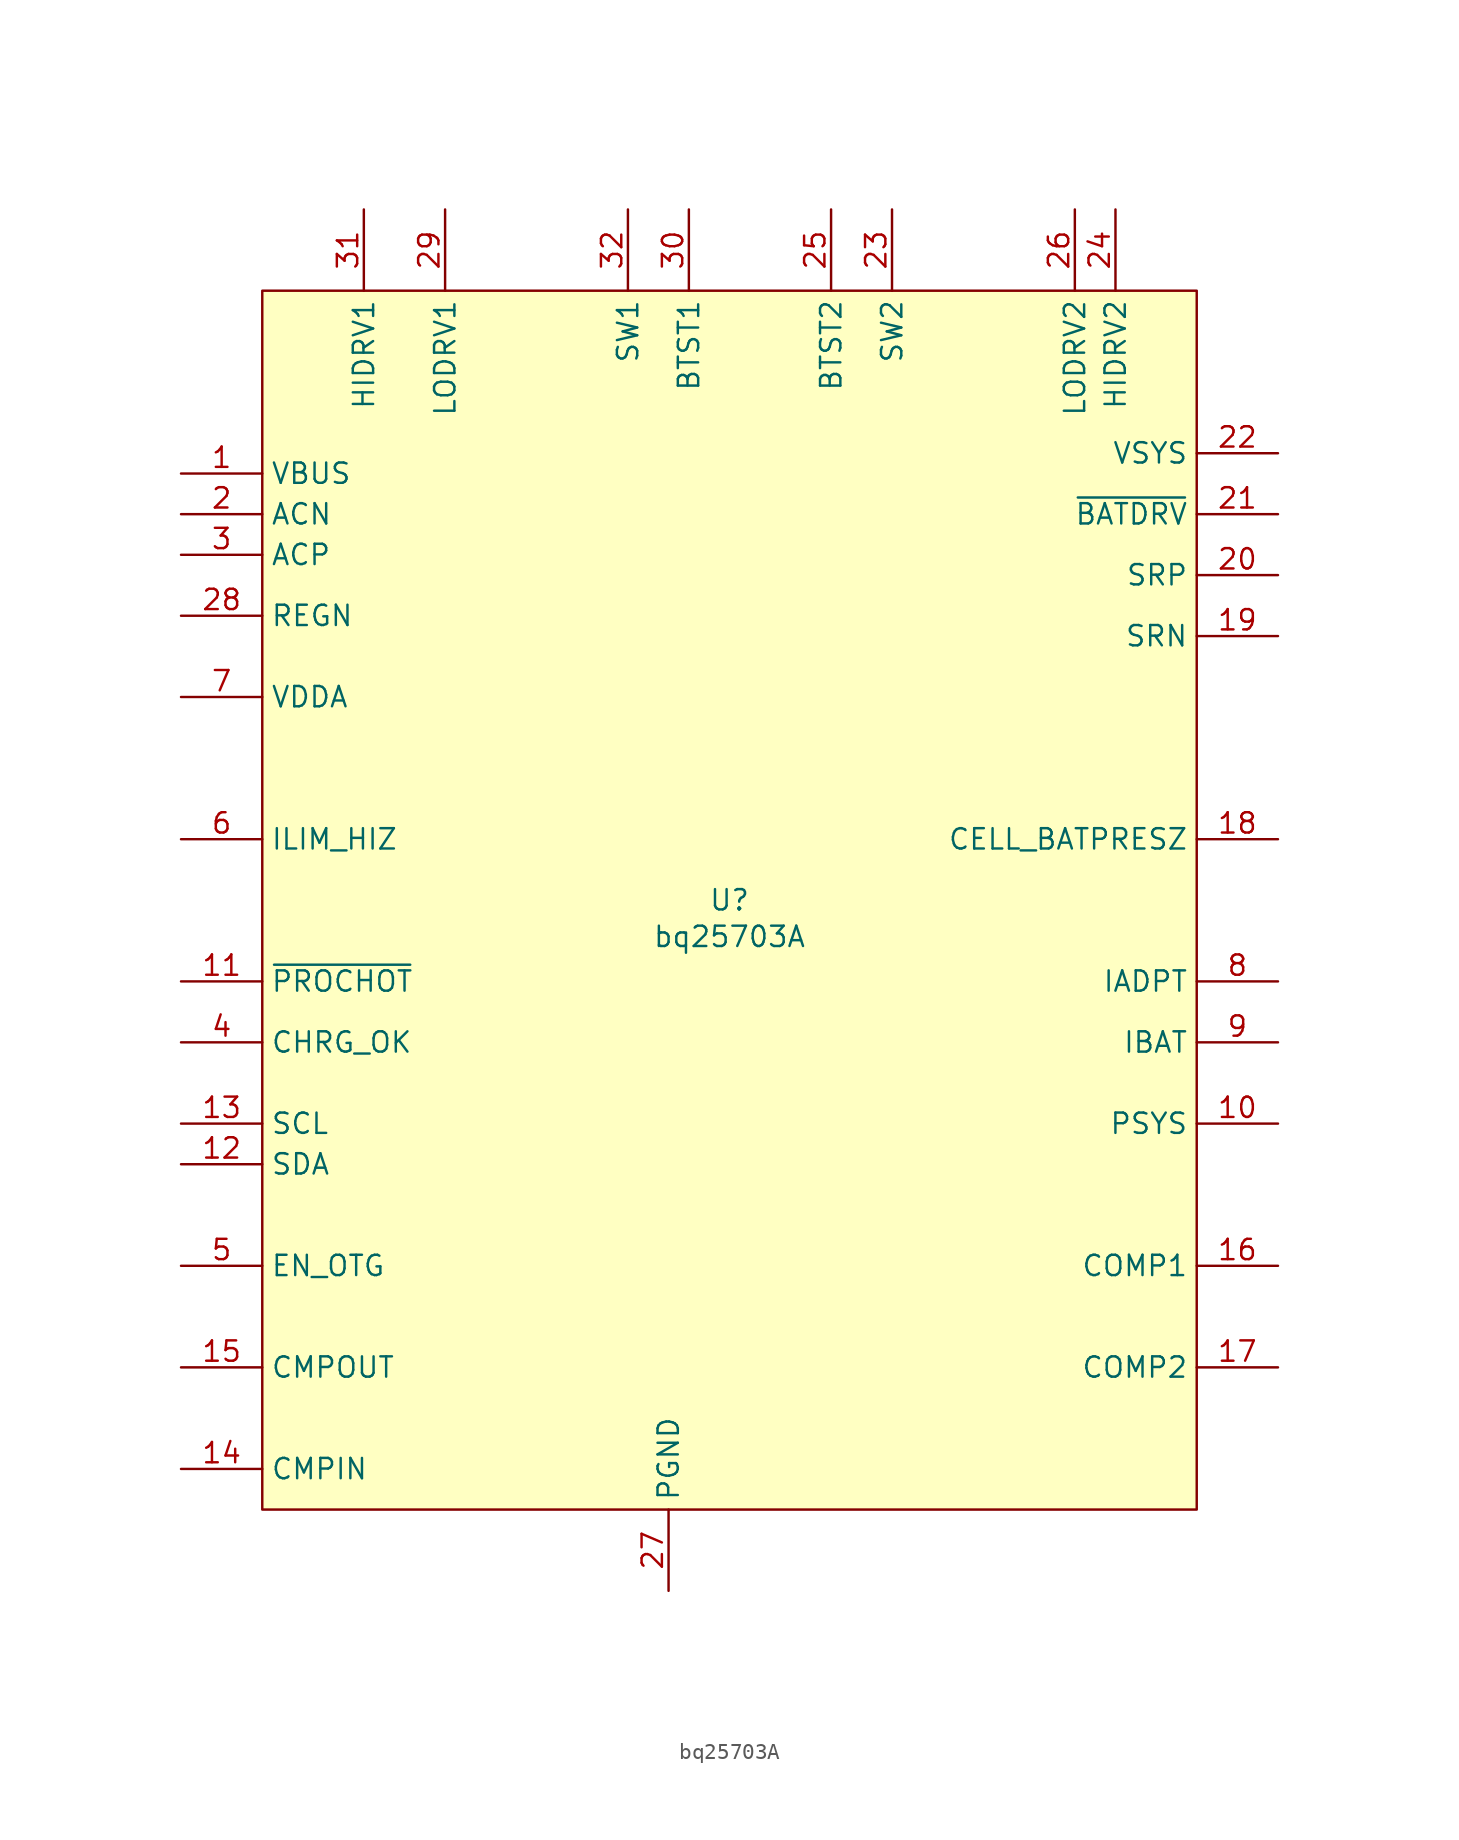
<source format=kicad_sym>
(kicad_symbol_lib
  (version 20231120)
  (generator "kicad_symbol_editor")
  (generator_version "8.0")
  (symbol "bq25703A"
    (property "Reference" "U"
      (at 0 0 0)
      (effects (font (size 1.27 1.27))))
    (property "Value" "bq25703A"
      (at 0 -2.286 0)
      (effects (font (size 1.27 1.27))))
    (symbol "bq25703A_1_1"
      (rectangle (start -29.21 38.1) (end 29.21 -38.1) (stroke (width 0) (type default)) (fill (type background)))
      (pin input line (at -34.29 26.67 0) (length 5.08) (name "VBUS" (effects (font (size 1.27 1.27)))) (number "1" (effects (font (size 1.27 1.27)))))
      (pin input line (at 34.29 -13.97 180) (length 5.08) (name "PSYS" (effects (font (size 1.27 1.27)))) (number "10" (effects (font (size 1.27 1.27)))))
      (pin input line (at -34.29 -5.08 0) (length 5.08) (name "~{PROCHOT}" (effects (font (size 1.27 1.27)))) (number "11" (effects (font (size 1.27 1.27)))))
      (pin input line (at -34.29 -16.51 0) (length 5.08) (name "SDA" (effects (font (size 1.27 1.27)))) (number "12" (effects (font (size 1.27 1.27)))))
      (pin input line (at -34.29 -13.97 0) (length 5.08) (name "SCL" (effects (font (size 1.27 1.27)))) (number "13" (effects (font (size 1.27 1.27)))))
      (pin input line (at -34.29 -35.56 0) (length 5.08) (name "CMPIN" (effects (font (size 1.27 1.27)))) (number "14" (effects (font (size 1.27 1.27)))))
      (pin input line (at -34.29 -29.21 0) (length 5.08) (name "CMPOUT" (effects (font (size 1.27 1.27)))) (number "15" (effects (font (size 1.27 1.27)))))
      (pin input line (at 34.29 -22.86 180) (length 5.08) (name "COMP1" (effects (font (size 1.27 1.27)))) (number "16" (effects (font (size 1.27 1.27)))))
      (pin input line (at 34.29 -29.21 180) (length 5.08) (name "COMP2" (effects (font (size 1.27 1.27)))) (number "17" (effects (font (size 1.27 1.27)))))
      (pin input line (at 34.29 3.81 180) (length 5.08) (name "CELL_BATPRESZ" (effects (font (size 1.27 1.27)))) (number "18" (effects (font (size 1.27 1.27)))))
      (pin input line (at 34.29 16.51 180) (length 5.08) (name "SRN" (effects (font (size 1.27 1.27)))) (number "19" (effects (font (size 1.27 1.27)))))
      (pin input line (at -34.29 24.13 0) (length 5.08) (name "ACN" (effects (font (size 1.27 1.27)))) (number "2" (effects (font (size 1.27 1.27)))))
      (pin input line (at 34.29 20.32 180) (length 5.08) (name "SRP" (effects (font (size 1.27 1.27)))) (number "20" (effects (font (size 1.27 1.27)))))
      (pin input line (at 34.29 24.13 180) (length 5.08) (name "~{BATDRV}" (effects (font (size 1.27 1.27)))) (number "21" (effects (font (size 1.27 1.27)))))
      (pin input line (at 34.29 27.94 180) (length 5.08) (name "VSYS" (effects (font (size 1.27 1.27)))) (number "22" (effects (font (size 1.27 1.27)))))
      (pin input line (at 10.16 43.18 270) (length 5.08) (name "SW2" (effects (font (size 1.27 1.27)))) (number "23" (effects (font (size 1.27 1.27)))))
      (pin input line (at 24.13 43.18 270) (length 5.08) (name "HIDRV2" (effects (font (size 1.27 1.27)))) (number "24" (effects (font (size 1.27 1.27)))))
      (pin input line (at 6.35 43.18 270) (length 5.08) (name "BTST2" (effects (font (size 1.27 1.27)))) (number "25" (effects (font (size 1.27 1.27)))))
      (pin input line (at 21.59 43.18 270) (length 5.08) (name "LODRV2" (effects (font (size 1.27 1.27)))) (number "26" (effects (font (size 1.27 1.27)))))
      (pin input line (at -3.81 -43.18 90) (length 5.08) (name "PGND" (effects (font (size 1.27 1.27)))) (number "27" (effects (font (size 1.27 1.27)))))
      (pin input line (at -34.29 17.78 0) (length 5.08) (name "REGN" (effects (font (size 1.27 1.27)))) (number "28" (effects (font (size 1.27 1.27)))))
      (pin input line (at -17.78 43.18 270) (length 5.08) (name "LODRV1" (effects (font (size 1.27 1.27)))) (number "29" (effects (font (size 1.27 1.27)))))
      (pin input line (at -34.29 21.59 0) (length 5.08) (name "ACP" (effects (font (size 1.27 1.27)))) (number "3" (effects (font (size 1.27 1.27)))))
      (pin input line (at -2.54 43.18 270) (length 5.08) (name "BTST1" (effects (font (size 1.27 1.27)))) (number "30" (effects (font (size 1.27 1.27)))))
      (pin input line (at -22.86 43.18 270) (length 5.08) (name "HIDRV1" (effects (font (size 1.27 1.27)))) (number "31" (effects (font (size 1.27 1.27)))))
      (pin input line (at -6.35 43.18 270) (length 5.08) (name "SW1" (effects (font (size 1.27 1.27)))) (number "32" (effects (font (size 1.27 1.27)))))
      (pin input line (at -34.29 -8.89 0) (length 5.08) (name "CHRG_OK" (effects (font (size 1.27 1.27)))) (number "4" (effects (font (size 1.27 1.27)))))
      (pin input line (at -34.29 -22.86 0) (length 5.08) (name "EN_OTG" (effects (font (size 1.27 1.27)))) (number "5" (effects (font (size 1.27 1.27)))))
      (pin input line (at -34.29 3.81 0) (length 5.08) (name "ILIM_HIZ" (effects (font (size 1.27 1.27)))) (number "6" (effects (font (size 1.27 1.27)))))
      (pin input line (at -34.29 12.7 0) (length 5.08) (name "VDDA" (effects (font (size 1.27 1.27)))) (number "7" (effects (font (size 1.27 1.27)))))
      (pin input line (at 34.29 -5.08 180) (length 5.08) (name "IADPT" (effects (font (size 1.27 1.27)))) (number "8" (effects (font (size 1.27 1.27)))))
      (pin input line (at 34.29 -8.89 180) (length 5.08) (name "IBAT" (effects (font (size 1.27 1.27)))) (number "9" (effects (font (size 1.27 1.27))))))))
</source>
